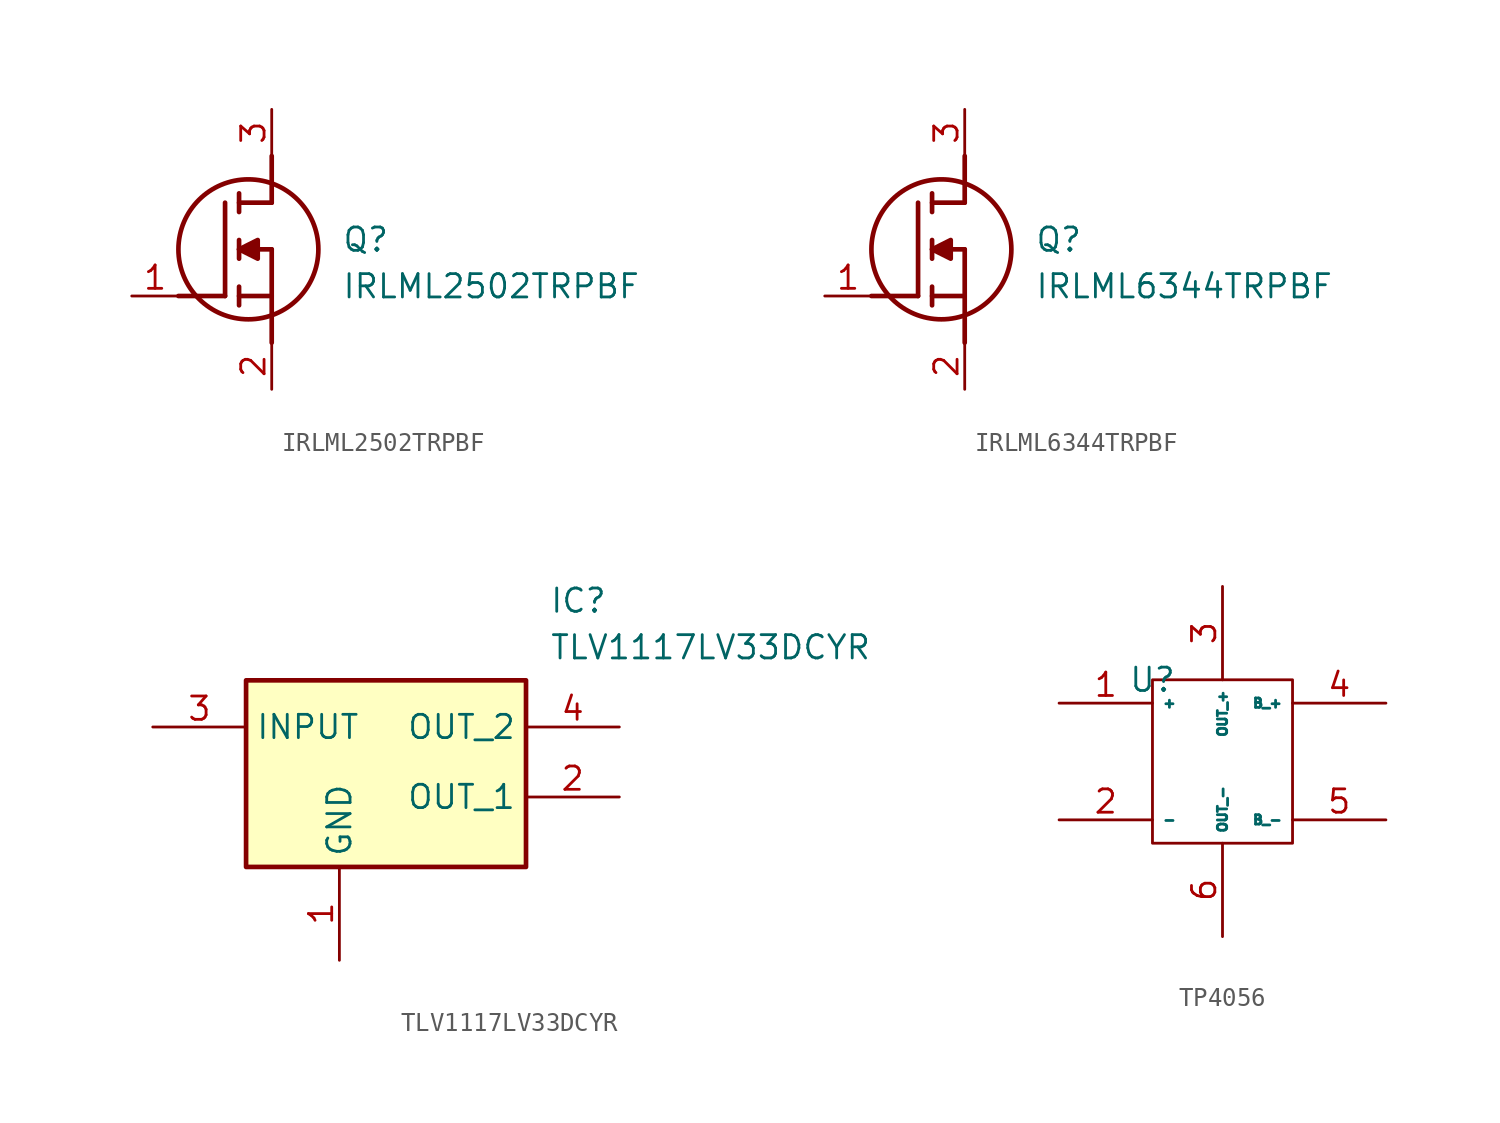
<source format=kicad_sym>
(kicad_symbol_lib
  (version 20241209)
  (generator "kicad_symbol_editor")
  (generator_version "9.0")
  (symbol "IRLML2502TRPBF"
    (pin_names
      (hide yes))
    (property "Reference" "Q"
      (at 11.43 3.81 0)
      (effects (font (size 1.27 1.27)) (justify left top)))
    (property "Value" "IRLML2502TRPBF"
      (at 11.43 1.27 0)
      (effects (font (size 1.27 1.27)) (justify left top)))
    (symbol "IRLML2502TRPBF_1_1"
      (polyline (pts (xy 2.54 0) (xy 5.08 0)) (stroke (width 0.254) (type default)) (fill (type none)))
      (polyline (pts (xy 5.08 5.08) (xy 5.08 0)) (stroke (width 0.254) (type default)) (fill (type none)))
      (polyline (pts (xy 5.842 5.588) (xy 5.842 4.572)) (stroke (width 0.254) (type default)) (fill (type none)))
      (polyline (pts (xy 5.842 2.54) (xy 6.858 3.048) (xy 6.858 2.032) (xy 5.842 2.54)) (stroke (width 0.254) (type default)) (fill (type outline)))
      (polyline (pts (xy 5.842 2.032) (xy 5.842 3.048)) (stroke (width 0.254) (type default)) (fill (type none)))
      (polyline (pts (xy 5.842 0) (xy 7.62 0)) (stroke (width 0.254) (type default)) (fill (type none)))
      (polyline (pts (xy 5.842 -0.508) (xy 5.842 0.508)) (stroke (width 0.254) (type default)) (fill (type none)))
      (circle (center 6.35 2.54) (radius 3.81) (stroke (width 0.254) (type default)) (fill (type none)))
      (polyline (pts (xy 7.62 5.08) (xy 5.842 5.08)) (stroke (width 0.254) (type default)) (fill (type none)))
      (polyline (pts (xy 7.62 5.08) (xy 7.62 7.62)) (stroke (width 0.254) (type default)) (fill (type none)))
      (polyline (pts (xy 7.62 2.54) (xy 5.842 2.54)) (stroke (width 0.254) (type default)) (fill (type none)))
      (polyline (pts (xy 7.62 2.54) (xy 7.62 -2.54)) (stroke (width 0.254) (type default)) (fill (type none)))
      (pin passive line (at 0 0 0) (length 2.54) (name "G" (effects (font (size 1.27 1.27)))) (number "1" (effects (font (size 1.27 1.27)))))
      (pin passive line (at 7.62 10.16 270) (length 2.54) (name "D" (effects (font (size 1.27 1.27)))) (number "3" (effects (font (size 1.27 1.27)))))
      (pin passive line (at 7.62 -5.08 90) (length 2.54) (name "S" (effects (font (size 1.27 1.27)))) (number "2" (effects (font (size 1.27 1.27)))))))
  (symbol "IRLML6344TRPBF"
    (pin_names
      (hide yes))
    (property "Reference" "Q"
      (at 11.43 3.81 0)
      (effects (font (size 1.27 1.27)) (justify left top)))
    (property "Value" "IRLML6344TRPBF"
      (at 11.43 1.27 0)
      (effects (font (size 1.27 1.27)) (justify left top)))
    (symbol "IRLML6344TRPBF_1_1"
      (polyline (pts (xy 2.54 0) (xy 5.08 0)) (stroke (width 0.254) (type default)) (fill (type none)))
      (polyline (pts (xy 5.08 5.08) (xy 5.08 0)) (stroke (width 0.254) (type default)) (fill (type none)))
      (polyline (pts (xy 5.842 5.588) (xy 5.842 4.572)) (stroke (width 0.254) (type default)) (fill (type none)))
      (polyline (pts (xy 5.842 2.54) (xy 6.858 3.048) (xy 6.858 2.032) (xy 5.842 2.54)) (stroke (width 0.254) (type default)) (fill (type outline)))
      (polyline (pts (xy 5.842 2.032) (xy 5.842 3.048)) (stroke (width 0.254) (type default)) (fill (type none)))
      (polyline (pts (xy 5.842 0) (xy 7.62 0)) (stroke (width 0.254) (type default)) (fill (type none)))
      (polyline (pts (xy 5.842 -0.508) (xy 5.842 0.508)) (stroke (width 0.254) (type default)) (fill (type none)))
      (circle (center 6.35 2.54) (radius 3.81) (stroke (width 0.254) (type default)) (fill (type none)))
      (polyline (pts (xy 7.62 5.08) (xy 5.842 5.08)) (stroke (width 0.254) (type default)) (fill (type none)))
      (polyline (pts (xy 7.62 5.08) (xy 7.62 7.62)) (stroke (width 0.254) (type default)) (fill (type none)))
      (polyline (pts (xy 7.62 2.54) (xy 5.842 2.54)) (stroke (width 0.254) (type default)) (fill (type none)))
      (polyline (pts (xy 7.62 2.54) (xy 7.62 -2.54)) (stroke (width 0.254) (type default)) (fill (type none)))
      (pin passive line (at 0 0 0) (length 2.54) (name "G" (effects (font (size 1.27 1.27)))) (number "1" (effects (font (size 1.27 1.27)))))
      (pin passive line (at 7.62 10.16 270) (length 2.54) (name "D" (effects (font (size 1.27 1.27)))) (number "3" (effects (font (size 1.27 1.27)))))
      (pin passive line (at 7.62 -5.08 90) (length 2.54) (name "S" (effects (font (size 1.27 1.27)))) (number "2" (effects (font (size 1.27 1.27)))))))
  (symbol "TLV1117LV33DCYR"
    (property "Reference" "IC"
      (at 34.29 7.62 0)
      (effects (font (size 1.27 1.27)) (justify left top)))
    (property "Value" "TLV1117LV33DCYR"
      (at 34.29 5.08 0)
      (effects (font (size 1.27 1.27)) (justify left top)))
    (symbol "TLV1117LV33DCYR_1_1"
      (rectangle (start 17.78 2.54) (end 33.02 -7.62) (stroke (width 0.254) (type default)) (fill (type background)))
      (pin passive line (at 12.7 0 0) (length 5.08) (name "INPUT" (effects (font (size 1.27 1.27)))) (number "3" (effects (font (size 1.27 1.27)))))
      (pin passive line (at 22.86 -12.7 90) (length 5.08) (name "GND" (effects (font (size 1.27 1.27)))) (number "1" (effects (font (size 1.27 1.27)))))
      (pin passive line (at 38.1 0 180) (length 5.08) (name "OUT_2" (effects (font (size 1.27 1.27)))) (number "4" (effects (font (size 1.27 1.27)))))
      (pin passive line (at 38.1 -3.81 180) (length 5.08) (name "OUT_1" (effects (font (size 1.27 1.27)))) (number "2" (effects (font (size 1.27 1.27)))))))
  (symbol "TP4056"
    (property "Reference" "U"
      (at 0 0 0)
      (effects (font (size 1.27 1.27))))
    (property "Value" ""
      (at 0 0 0)
      (effects (font (size 1.27 1.27))))
    (symbol "TP4056_0_1"
      (rectangle (start 0 0) (end 7.62 -8.89) (stroke (width 0) (type default)) (fill (type none))))
    (symbol "TP4056_1_1"
      (pin passive line (at -5.08 -1.27 0) (length 5.08) (name "+" (effects (font (size 0.508 0.508)))) (number "1" (effects (font (size 1.27 1.27)))))
      (pin passive line (at -5.08 -7.62 0) (length 5.08) (name "-" (effects (font (size 0.508 0.508)))) (number "2" (effects (font (size 1.27 1.27)))))
      (pin passive line (at 3.81 5.08 270) (length 5.08) (name "OUT_+" (effects (font (size 0.508 0.508)))) (number "3" (effects (font (size 1.27 1.27)))))
      (pin passive line (at 3.81 -13.97 90) (length 5.08) (name "OUT_-" (effects (font (size 0.508 0.508)))) (number "6" (effects (font (size 1.27 1.27)))))
      (pin passive line (at 12.7 -1.27 180) (length 5.08) (name "B_+" (effects (font (size 0.508 0.508)))) (number "4" (effects (font (size 1.27 1.27)))))
      (pin passive line (at 12.7 -7.62 180) (length 5.08) (name "B_-" (effects (font (size 0.508 0.508)))) (number "5" (effects (font (size 1.27 1.27))))))))
</source>
